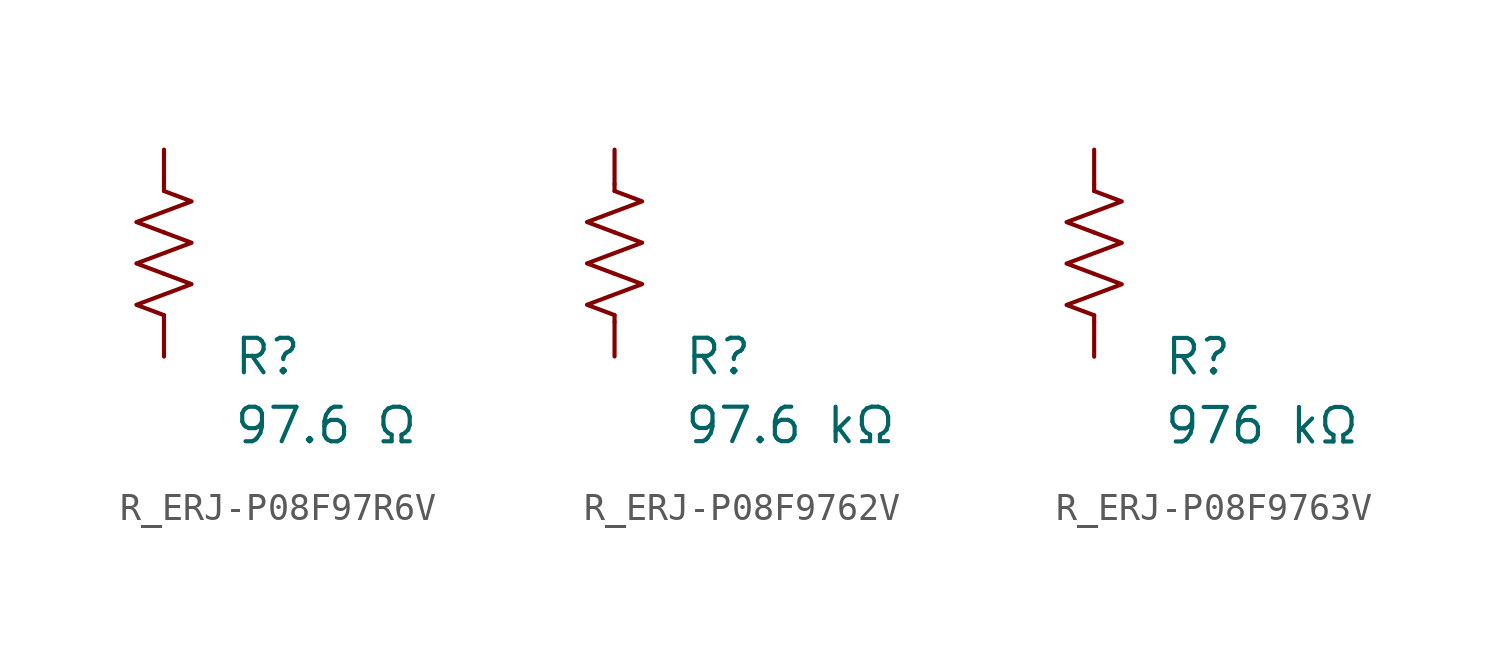
<source format=kicad_sym>
(kicad_symbol_lib
  (version 20231120)
  (generator "kicad_symbol_editor")
  (generator_version "8.0")
  (symbol "R_ERJ-P08F97R6V"
    (pin_numbers hide)
    (pin_names
      (offset 0))
    (property "Reference" "R"
      (at 2.54 -3.81 0)
      (effects (font (size 1.27 1.27)) (justify left))
      (show_name no))
    (property "Value" "97.6 Ω"
      (at 2.54 -6.35 0)
      (effects (font (size 1.27 1.27)) (justify left))
      (show_name no))
    (symbol "R_ERJ-P08F97R6V_0_1"
      (polyline (pts (xy 0 -2.286) (xy 0 -2.54)) (stroke (width 0) (type default)) (fill (type none)))
      (polyline (pts (xy 0 2.286) (xy 0 2.54)) (stroke (width 0) (type default)) (fill (type none)))
      (polyline (pts (xy 0 -0.762) (xy 1.016 -1.143) (xy 0 -1.524) (xy -1.016 -1.905) (xy 0 -2.286)) (stroke (width 0) (type default)) (fill (type none)))
      (polyline (pts (xy 0 0.762) (xy 1.016 0.381) (xy 0 0) (xy -1.016 -0.381) (xy 0 -0.762)) (stroke (width 0) (type default)) (fill (type none)))
      (polyline (pts (xy 0 2.286) (xy 1.016 1.905) (xy 0 1.524) (xy -1.016 1.143) (xy 0 0.762)) (stroke (width 0) (type default)) (fill (type none))))
    (symbol "R_ERJ-P08F97R6V_1_1"
      (pin passive line (at 0 3.81 270) (length 1.27) (name "~" (effects (font (size 1.27 1.27)))) (number "1" (effects (font (size 1.27 1.27)))))
      (pin passive line (at 0 -3.81 90) (length 1.27) (name "~" (effects (font (size 1.27 1.27)))) (number "2" (effects (font (size 1.27 1.27)))))))
  (symbol "R_ERJ-P08F9762V"
    (pin_numbers hide)
    (pin_names
      (offset 0))
    (property "Reference" "R"
      (at 2.54 -3.81 0)
      (effects (font (size 1.27 1.27)) (justify left))
      (show_name no))
    (property "Value" "97.6 kΩ"
      (at 2.54 -6.35 0)
      (effects (font (size 1.27 1.27)) (justify left))
      (show_name no))
    (symbol "R_ERJ-P08F9762V_0_1"
      (polyline (pts (xy 0 -2.286) (xy 0 -2.54)) (stroke (width 0) (type default)) (fill (type none)))
      (polyline (pts (xy 0 2.286) (xy 0 2.54)) (stroke (width 0) (type default)) (fill (type none)))
      (polyline (pts (xy 0 -0.762) (xy 1.016 -1.143) (xy 0 -1.524) (xy -1.016 -1.905) (xy 0 -2.286)) (stroke (width 0) (type default)) (fill (type none)))
      (polyline (pts (xy 0 0.762) (xy 1.016 0.381) (xy 0 0) (xy -1.016 -0.381) (xy 0 -0.762)) (stroke (width 0) (type default)) (fill (type none)))
      (polyline (pts (xy 0 2.286) (xy 1.016 1.905) (xy 0 1.524) (xy -1.016 1.143) (xy 0 0.762)) (stroke (width 0) (type default)) (fill (type none))))
    (symbol "R_ERJ-P08F9762V_1_1"
      (pin passive line (at 0 3.81 270) (length 1.27) (name "~" (effects (font (size 1.27 1.27)))) (number "1" (effects (font (size 1.27 1.27)))))
      (pin passive line (at 0 -3.81 90) (length 1.27) (name "~" (effects (font (size 1.27 1.27)))) (number "2" (effects (font (size 1.27 1.27)))))))
  (symbol "R_ERJ-P08F9763V"
    (pin_numbers hide)
    (pin_names
      (offset 0))
    (property "Reference" "R"
      (at 2.54 -3.81 0)
      (effects (font (size 1.27 1.27)) (justify left))
      (show_name no))
    (property "Value" "976 kΩ"
      (at 2.54 -6.35 0)
      (effects (font (size 1.27 1.27)) (justify left))
      (show_name no))
    (symbol "R_ERJ-P08F9763V_0_1"
      (polyline (pts (xy 0 -2.286) (xy 0 -2.54)) (stroke (width 0) (type default)) (fill (type none)))
      (polyline (pts (xy 0 2.286) (xy 0 2.54)) (stroke (width 0) (type default)) (fill (type none)))
      (polyline (pts (xy 0 -0.762) (xy 1.016 -1.143) (xy 0 -1.524) (xy -1.016 -1.905) (xy 0 -2.286)) (stroke (width 0) (type default)) (fill (type none)))
      (polyline (pts (xy 0 0.762) (xy 1.016 0.381) (xy 0 0) (xy -1.016 -0.381) (xy 0 -0.762)) (stroke (width 0) (type default)) (fill (type none)))
      (polyline (pts (xy 0 2.286) (xy 1.016 1.905) (xy 0 1.524) (xy -1.016 1.143) (xy 0 0.762)) (stroke (width 0) (type default)) (fill (type none))))
    (symbol "R_ERJ-P08F9763V_1_1"
      (pin passive line (at 0 3.81 270) (length 1.27) (name "~" (effects (font (size 1.27 1.27)))) (number "1" (effects (font (size 1.27 1.27)))))
      (pin passive line (at 0 -3.81 90) (length 1.27) (name "~" (effects (font (size 1.27 1.27)))) (number "2" (effects (font (size 1.27 1.27))))))))
</source>
